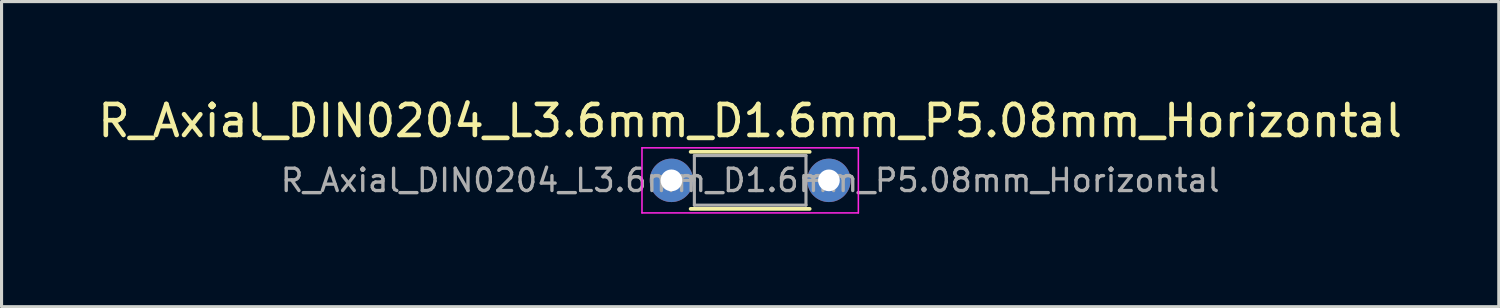
<source format=kicad_pcb>
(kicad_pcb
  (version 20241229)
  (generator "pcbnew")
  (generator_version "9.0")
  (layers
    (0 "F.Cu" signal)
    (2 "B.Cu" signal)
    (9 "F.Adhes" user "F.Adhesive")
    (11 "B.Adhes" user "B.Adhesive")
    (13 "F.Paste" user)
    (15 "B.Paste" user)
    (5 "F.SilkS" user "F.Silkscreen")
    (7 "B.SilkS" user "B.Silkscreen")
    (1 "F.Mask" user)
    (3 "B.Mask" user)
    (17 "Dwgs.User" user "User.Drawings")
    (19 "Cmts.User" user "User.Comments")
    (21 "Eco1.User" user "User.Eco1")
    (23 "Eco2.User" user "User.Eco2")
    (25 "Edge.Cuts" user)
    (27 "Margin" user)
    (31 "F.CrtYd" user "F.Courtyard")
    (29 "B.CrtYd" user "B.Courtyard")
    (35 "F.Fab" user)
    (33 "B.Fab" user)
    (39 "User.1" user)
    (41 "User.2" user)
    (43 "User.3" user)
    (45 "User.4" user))
  (footprint "R_Axial_DIN0204_L3.6mm_D1.6mm_P5.08mm_Horizontal"
    (layer "F.Cu")
    (at 18.609 2.768)
    (property "Reference" "R_Axial_DIN0204_L3.6mm_D1.6mm_P5.08mm_Horizontal" (at 2.54 -1.92 180) (layer "F.SilkS") (effects (font (size 1 1) (thickness 0.15))))
    (attr through_hole)
    (fp_line (start 0.62 -0.92) (end 4.46 -0.92) (stroke (width 0.12) (type solid)) (layer "F.SilkS"))
    (fp_line (start 0.62 0.92) (end 4.46 0.92) (stroke (width 0.12) (type solid)) (layer "F.SilkS"))
    (fp_line (start -0.95 -1.05) (end -0.95 1.05) (stroke (width 0.05) (type solid)) (layer "F.CrtYd"))
    (fp_line (start -0.95 1.05) (end 6.03 1.05) (stroke (width 0.05) (type solid)) (layer "F.CrtYd"))
    (fp_line (start 6.03 -1.05) (end -0.95 -1.05) (stroke (width 0.05) (type solid)) (layer "F.CrtYd"))
    (fp_line (start 6.03 1.05) (end 6.03 -1.05) (stroke (width 0.05) (type solid)) (layer "F.CrtYd"))
    (fp_line (start 0 0) (end 0.74 0) (stroke (width 0.1) (type solid)) (layer "F.Fab"))
    (fp_line (start 0.74 -0.8) (end 0.74 0.8) (stroke (width 0.1) (type solid)) (layer "F.Fab"))
    (fp_line (start 0.74 0.8) (end 4.34 0.8) (stroke (width 0.1) (type solid)) (layer "F.Fab"))
    (fp_line (start 4.34 -0.8) (end 0.74 -0.8) (stroke (width 0.1) (type solid)) (layer "F.Fab"))
    (fp_line (start 4.34 0.8) (end 4.34 -0.8) (stroke (width 0.1) (type solid)) (layer "F.Fab"))
    (fp_line (start 5.08 0) (end 4.34 0) (stroke (width 0.1) (type solid)) (layer "F.Fab"))
    (fp_text user "${REFERENCE}" (at 2.54 0 180) (layer "F.Fab") (effects (font (size 0.72 0.72) (thickness 0.108))))
    (pad "1" thru_hole circle (at 0 0) (size 1.4 1.4) (drill 0.7) (layers "*.Cu" "*.Mask"))
    (pad "2" thru_hole oval (at 5.08 0) (size 1.4 1.4) (drill 0.7) (layers "*.Cu" "*.Mask")))
  (gr_rect
    (start -3 -3)
    (end 45.298 6.843)
    (stroke (width 0.1) (type default))
    (fill no)
    (layer "Edge.Cuts")))
</source>
